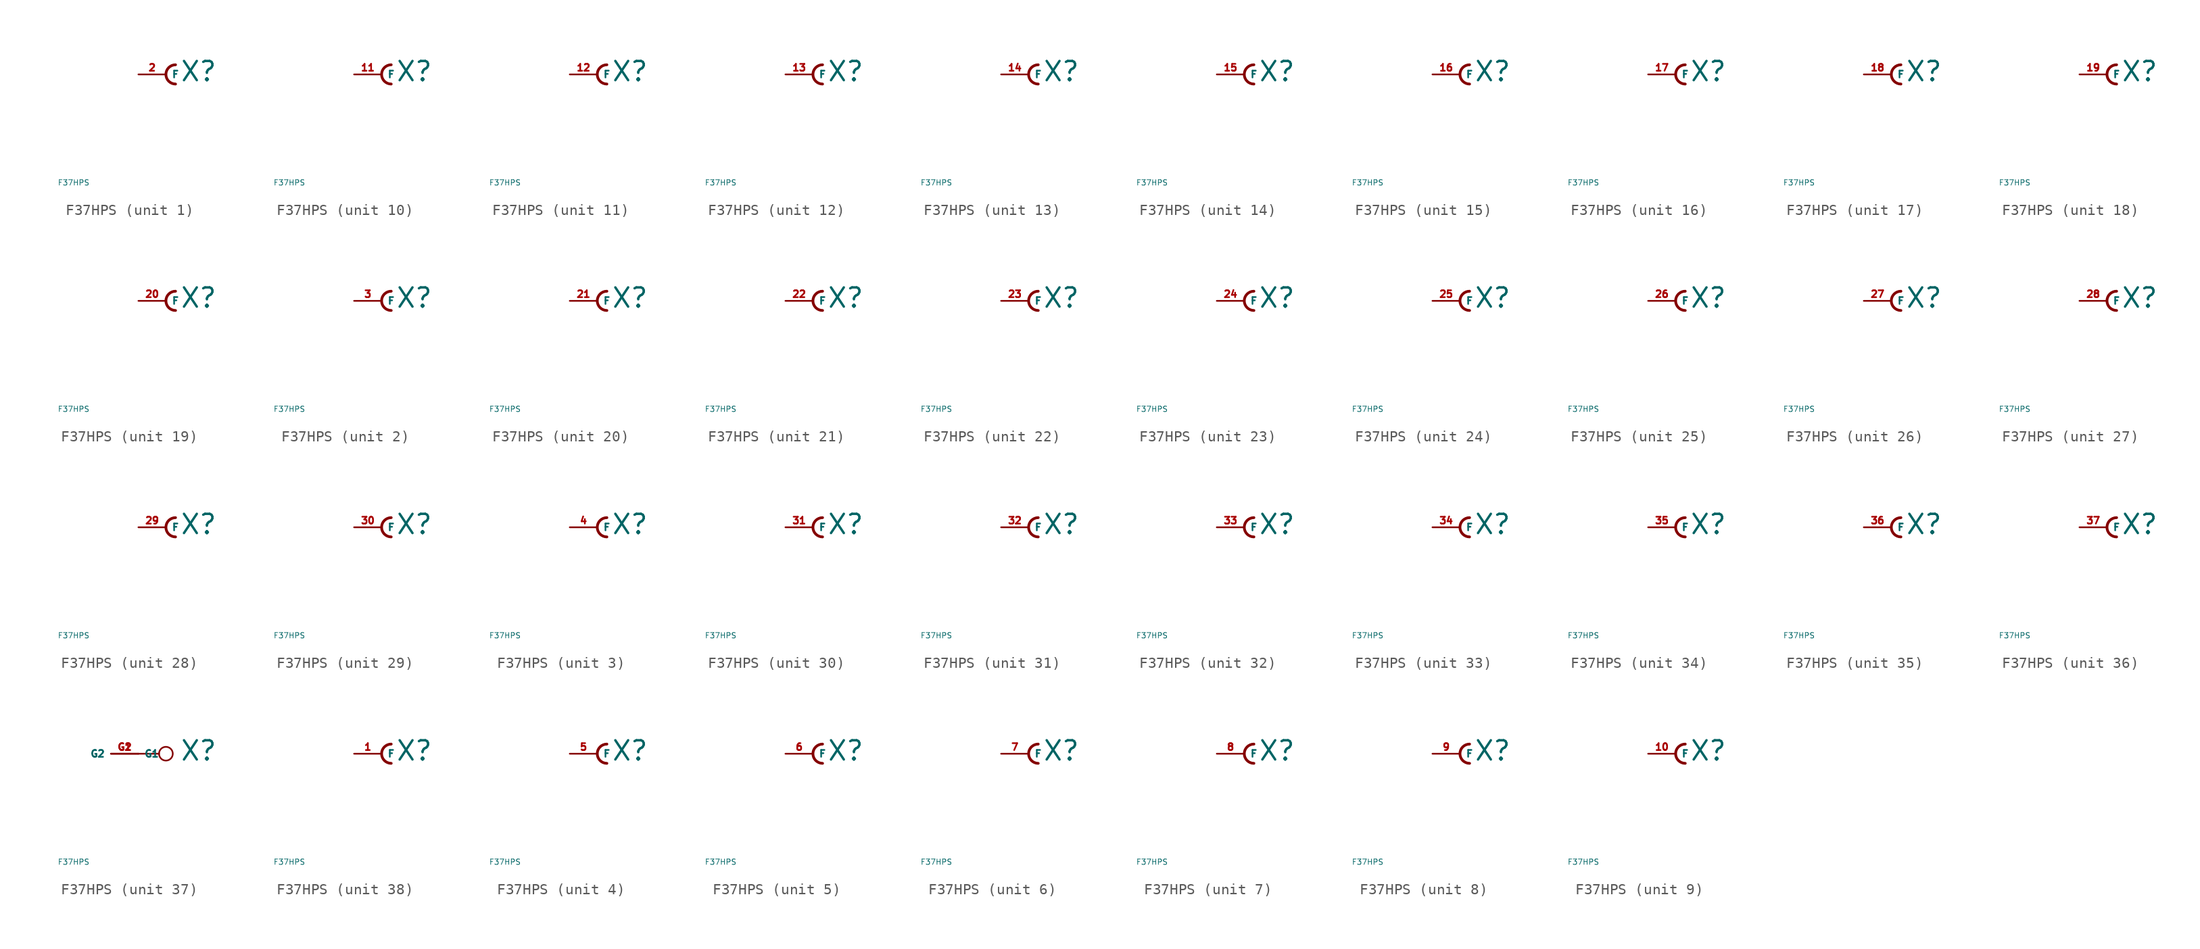
<source format=kicad_sym>
(kicad_symbol_lib
  (version 20220914)
  (generator Eagle2Kicad)
  (symbol "F37HPS"
    (property "Reference" "X"
      (at 1.27 -0.762 0)
      (effects (font (size 1.778 1.778) (thickness 0.22)) (justify left bottom)))
    (property "Value" "F37HPS"
      (at -10 -10 0)
      (effects (font (size 0.5 0.5) (thickness 0.06)) (justify left)))
    (symbol "F37HPS_1_0"
      (arc (start 0.889 0.889) (mid 0.000 0.000) (end 0.889 -0.889) (stroke (width 0.254) (type default)) (fill (type none)))
      (pin passive line (at -2.54 0 0) (length 2.54) (name "F" (effects (font (size 0.635 0.635) (thickness 0.08)) (justify left bottom))) (number "2" (effects (font (size 0.635 0.635) (thickness 0.08)) (justify left bottom)))))
    (symbol "F37HPS_2_0"
      (arc (start 0.889 0.889) (mid 0.000 0.000) (end 0.889 -0.889) (stroke (width 0.254) (type default)) (fill (type none)))
      (pin passive line (at -2.54 0 0) (length 2.54) (name "F" (effects (font (size 0.635 0.635) (thickness 0.08)) (justify left bottom))) (number "3" (effects (font (size 0.635 0.635) (thickness 0.08)) (justify left bottom)))))
    (symbol "F37HPS_3_0"
      (arc (start 0.889 0.889) (mid 0.000 0.000) (end 0.889 -0.889) (stroke (width 0.254) (type default)) (fill (type none)))
      (pin passive line (at -2.54 0 0) (length 2.54) (name "F" (effects (font (size 0.635 0.635) (thickness 0.08)) (justify left bottom))) (number "4" (effects (font (size 0.635 0.635) (thickness 0.08)) (justify left bottom)))))
    (symbol "F37HPS_4_0"
      (arc (start 0.889 0.889) (mid 0.000 0.000) (end 0.889 -0.889) (stroke (width 0.254) (type default)) (fill (type none)))
      (pin passive line (at -2.54 0 0) (length 2.54) (name "F" (effects (font (size 0.635 0.635) (thickness 0.08)) (justify left bottom))) (number "5" (effects (font (size 0.635 0.635) (thickness 0.08)) (justify left bottom)))))
    (symbol "F37HPS_5_0"
      (arc (start 0.889 0.889) (mid 0.000 0.000) (end 0.889 -0.889) (stroke (width 0.254) (type default)) (fill (type none)))
      (pin passive line (at -2.54 0 0) (length 2.54) (name "F" (effects (font (size 0.635 0.635) (thickness 0.08)) (justify left bottom))) (number "6" (effects (font (size 0.635 0.635) (thickness 0.08)) (justify left bottom)))))
    (symbol "F37HPS_6_0"
      (arc (start 0.889 0.889) (mid 0.000 0.000) (end 0.889 -0.889) (stroke (width 0.254) (type default)) (fill (type none)))
      (pin passive line (at -2.54 0 0) (length 2.54) (name "F" (effects (font (size 0.635 0.635) (thickness 0.08)) (justify left bottom))) (number "7" (effects (font (size 0.635 0.635) (thickness 0.08)) (justify left bottom)))))
    (symbol "F37HPS_7_0"
      (arc (start 0.889 0.889) (mid 0.000 0.000) (end 0.889 -0.889) (stroke (width 0.254) (type default)) (fill (type none)))
      (pin passive line (at -2.54 0 0) (length 2.54) (name "F" (effects (font (size 0.635 0.635) (thickness 0.08)) (justify left bottom))) (number "8" (effects (font (size 0.635 0.635) (thickness 0.08)) (justify left bottom)))))
    (symbol "F37HPS_8_0"
      (arc (start 0.889 0.889) (mid 0.000 0.000) (end 0.889 -0.889) (stroke (width 0.254) (type default)) (fill (type none)))
      (pin passive line (at -2.54 0 0) (length 2.54) (name "F" (effects (font (size 0.635 0.635) (thickness 0.08)) (justify left bottom))) (number "9" (effects (font (size 0.635 0.635) (thickness 0.08)) (justify left bottom)))))
    (symbol "F37HPS_9_0"
      (arc (start 0.889 0.889) (mid 0.000 0.000) (end 0.889 -0.889) (stroke (width 0.254) (type default)) (fill (type none)))
      (pin passive line (at -2.54 0 0) (length 2.54) (name "F" (effects (font (size 0.635 0.635) (thickness 0.08)) (justify left bottom))) (number "10" (effects (font (size 0.635 0.635) (thickness 0.08)) (justify left bottom)))))
    (symbol "F37HPS_10_0"
      (arc (start 0.889 0.889) (mid 0.000 0.000) (end 0.889 -0.889) (stroke (width 0.254) (type default)) (fill (type none)))
      (pin passive line (at -2.54 0 0) (length 2.54) (name "F" (effects (font (size 0.635 0.635) (thickness 0.08)) (justify left bottom))) (number "11" (effects (font (size 0.635 0.635) (thickness 0.08)) (justify left bottom)))))
    (symbol "F37HPS_11_0"
      (arc (start 0.889 0.889) (mid 0.000 0.000) (end 0.889 -0.889) (stroke (width 0.254) (type default)) (fill (type none)))
      (pin passive line (at -2.54 0 0) (length 2.54) (name "F" (effects (font (size 0.635 0.635) (thickness 0.08)) (justify left bottom))) (number "12" (effects (font (size 0.635 0.635) (thickness 0.08)) (justify left bottom)))))
    (symbol "F37HPS_12_0"
      (arc (start 0.889 0.889) (mid 0.000 0.000) (end 0.889 -0.889) (stroke (width 0.254) (type default)) (fill (type none)))
      (pin passive line (at -2.54 0 0) (length 2.54) (name "F" (effects (font (size 0.635 0.635) (thickness 0.08)) (justify left bottom))) (number "13" (effects (font (size 0.635 0.635) (thickness 0.08)) (justify left bottom)))))
    (symbol "F37HPS_13_0"
      (arc (start 0.889 0.889) (mid 0.000 0.000) (end 0.889 -0.889) (stroke (width 0.254) (type default)) (fill (type none)))
      (pin passive line (at -2.54 0 0) (length 2.54) (name "F" (effects (font (size 0.635 0.635) (thickness 0.08)) (justify left bottom))) (number "14" (effects (font (size 0.635 0.635) (thickness 0.08)) (justify left bottom)))))
    (symbol "F37HPS_14_0"
      (arc (start 0.889 0.889) (mid 0.000 0.000) (end 0.889 -0.889) (stroke (width 0.254) (type default)) (fill (type none)))
      (pin passive line (at -2.54 0 0) (length 2.54) (name "F" (effects (font (size 0.635 0.635) (thickness 0.08)) (justify left bottom))) (number "15" (effects (font (size 0.635 0.635) (thickness 0.08)) (justify left bottom)))))
    (symbol "F37HPS_15_0"
      (arc (start 0.889 0.889) (mid 0.000 0.000) (end 0.889 -0.889) (stroke (width 0.254) (type default)) (fill (type none)))
      (pin passive line (at -2.54 0 0) (length 2.54) (name "F" (effects (font (size 0.635 0.635) (thickness 0.08)) (justify left bottom))) (number "16" (effects (font (size 0.635 0.635) (thickness 0.08)) (justify left bottom)))))
    (symbol "F37HPS_16_0"
      (arc (start 0.889 0.889) (mid 0.000 0.000) (end 0.889 -0.889) (stroke (width 0.254) (type default)) (fill (type none)))
      (pin passive line (at -2.54 0 0) (length 2.54) (name "F" (effects (font (size 0.635 0.635) (thickness 0.08)) (justify left bottom))) (number "17" (effects (font (size 0.635 0.635) (thickness 0.08)) (justify left bottom)))))
    (symbol "F37HPS_17_0"
      (arc (start 0.889 0.889) (mid 0.000 0.000) (end 0.889 -0.889) (stroke (width 0.254) (type default)) (fill (type none)))
      (pin passive line (at -2.54 0 0) (length 2.54) (name "F" (effects (font (size 0.635 0.635) (thickness 0.08)) (justify left bottom))) (number "18" (effects (font (size 0.635 0.635) (thickness 0.08)) (justify left bottom)))))
    (symbol "F37HPS_18_0"
      (arc (start 0.889 0.889) (mid 0.000 0.000) (end 0.889 -0.889) (stroke (width 0.254) (type default)) (fill (type none)))
      (pin passive line (at -2.54 0 0) (length 2.54) (name "F" (effects (font (size 0.635 0.635) (thickness 0.08)) (justify left bottom))) (number "19" (effects (font (size 0.635 0.635) (thickness 0.08)) (justify left bottom)))))
    (symbol "F37HPS_19_0"
      (arc (start 0.889 0.889) (mid 0.000 0.000) (end 0.889 -0.889) (stroke (width 0.254) (type default)) (fill (type none)))
      (pin passive line (at -2.54 0 0) (length 2.54) (name "F" (effects (font (size 0.635 0.635) (thickness 0.08)) (justify left bottom))) (number "20" (effects (font (size 0.635 0.635) (thickness 0.08)) (justify left bottom)))))
    (symbol "F37HPS_20_0"
      (arc (start 0.889 0.889) (mid 0.000 0.000) (end 0.889 -0.889) (stroke (width 0.254) (type default)) (fill (type none)))
      (pin passive line (at -2.54 0 0) (length 2.54) (name "F" (effects (font (size 0.635 0.635) (thickness 0.08)) (justify left bottom))) (number "21" (effects (font (size 0.635 0.635) (thickness 0.08)) (justify left bottom)))))
    (symbol "F37HPS_21_0"
      (arc (start 0.889 0.889) (mid 0.000 0.000) (end 0.889 -0.889) (stroke (width 0.254) (type default)) (fill (type none)))
      (pin passive line (at -2.54 0 0) (length 2.54) (name "F" (effects (font (size 0.635 0.635) (thickness 0.08)) (justify left bottom))) (number "22" (effects (font (size 0.635 0.635) (thickness 0.08)) (justify left bottom)))))
    (symbol "F37HPS_22_0"
      (arc (start 0.889 0.889) (mid 0.000 0.000) (end 0.889 -0.889) (stroke (width 0.254) (type default)) (fill (type none)))
      (pin passive line (at -2.54 0 0) (length 2.54) (name "F" (effects (font (size 0.635 0.635) (thickness 0.08)) (justify left bottom))) (number "23" (effects (font (size 0.635 0.635) (thickness 0.08)) (justify left bottom)))))
    (symbol "F37HPS_23_0"
      (arc (start 0.889 0.889) (mid 0.000 0.000) (end 0.889 -0.889) (stroke (width 0.254) (type default)) (fill (type none)))
      (pin passive line (at -2.54 0 0) (length 2.54) (name "F" (effects (font (size 0.635 0.635) (thickness 0.08)) (justify left bottom))) (number "24" (effects (font (size 0.635 0.635) (thickness 0.08)) (justify left bottom)))))
    (symbol "F37HPS_24_0"
      (arc (start 0.889 0.889) (mid 0.000 0.000) (end 0.889 -0.889) (stroke (width 0.254) (type default)) (fill (type none)))
      (pin passive line (at -2.54 0 0) (length 2.54) (name "F" (effects (font (size 0.635 0.635) (thickness 0.08)) (justify left bottom))) (number "25" (effects (font (size 0.635 0.635) (thickness 0.08)) (justify left bottom)))))
    (symbol "F37HPS_25_0"
      (arc (start 0.889 0.889) (mid 0.000 0.000) (end 0.889 -0.889) (stroke (width 0.254) (type default)) (fill (type none)))
      (pin passive line (at -2.54 0 0) (length 2.54) (name "F" (effects (font (size 0.635 0.635) (thickness 0.08)) (justify left bottom))) (number "26" (effects (font (size 0.635 0.635) (thickness 0.08)) (justify left bottom)))))
    (symbol "F37HPS_26_0"
      (arc (start 0.889 0.889) (mid 0.000 0.000) (end 0.889 -0.889) (stroke (width 0.254) (type default)) (fill (type none)))
      (pin passive line (at -2.54 0 0) (length 2.54) (name "F" (effects (font (size 0.635 0.635) (thickness 0.08)) (justify left bottom))) (number "27" (effects (font (size 0.635 0.635) (thickness 0.08)) (justify left bottom)))))
    (symbol "F37HPS_27_0"
      (arc (start 0.889 0.889) (mid 0.000 0.000) (end 0.889 -0.889) (stroke (width 0.254) (type default)) (fill (type none)))
      (pin passive line (at -2.54 0 0) (length 2.54) (name "F" (effects (font (size 0.635 0.635) (thickness 0.08)) (justify left bottom))) (number "28" (effects (font (size 0.635 0.635) (thickness 0.08)) (justify left bottom)))))
    (symbol "F37HPS_28_0"
      (arc (start 0.889 0.889) (mid 0.000 0.000) (end 0.889 -0.889) (stroke (width 0.254) (type default)) (fill (type none)))
      (pin passive line (at -2.54 0 0) (length 2.54) (name "F" (effects (font (size 0.635 0.635) (thickness 0.08)) (justify left bottom))) (number "29" (effects (font (size 0.635 0.635) (thickness 0.08)) (justify left bottom)))))
    (symbol "F37HPS_29_0"
      (arc (start 0.889 0.889) (mid 0.000 0.000) (end 0.889 -0.889) (stroke (width 0.254) (type default)) (fill (type none)))
      (pin passive line (at -2.54 0 0) (length 2.54) (name "F" (effects (font (size 0.635 0.635) (thickness 0.08)) (justify left bottom))) (number "30" (effects (font (size 0.635 0.635) (thickness 0.08)) (justify left bottom)))))
    (symbol "F37HPS_30_0"
      (arc (start 0.889 0.889) (mid 0.000 0.000) (end 0.889 -0.889) (stroke (width 0.254) (type default)) (fill (type none)))
      (pin passive line (at -2.54 0 0) (length 2.54) (name "F" (effects (font (size 0.635 0.635) (thickness 0.08)) (justify left bottom))) (number "31" (effects (font (size 0.635 0.635) (thickness 0.08)) (justify left bottom)))))
    (symbol "F37HPS_31_0"
      (arc (start 0.889 0.889) (mid 0.000 0.000) (end 0.889 -0.889) (stroke (width 0.254) (type default)) (fill (type none)))
      (pin passive line (at -2.54 0 0) (length 2.54) (name "F" (effects (font (size 0.635 0.635) (thickness 0.08)) (justify left bottom))) (number "32" (effects (font (size 0.635 0.635) (thickness 0.08)) (justify left bottom)))))
    (symbol "F37HPS_32_0"
      (arc (start 0.889 0.889) (mid 0.000 0.000) (end 0.889 -0.889) (stroke (width 0.254) (type default)) (fill (type none)))
      (pin passive line (at -2.54 0 0) (length 2.54) (name "F" (effects (font (size 0.635 0.635) (thickness 0.08)) (justify left bottom))) (number "33" (effects (font (size 0.635 0.635) (thickness 0.08)) (justify left bottom)))))
    (symbol "F37HPS_33_0"
      (arc (start 0.889 0.889) (mid 0.000 0.000) (end 0.889 -0.889) (stroke (width 0.254) (type default)) (fill (type none)))
      (pin passive line (at -2.54 0 0) (length 2.54) (name "F" (effects (font (size 0.635 0.635) (thickness 0.08)) (justify left bottom))) (number "34" (effects (font (size 0.635 0.635) (thickness 0.08)) (justify left bottom)))))
    (symbol "F37HPS_34_0"
      (arc (start 0.889 0.889) (mid 0.000 0.000) (end 0.889 -0.889) (stroke (width 0.254) (type default)) (fill (type none)))
      (pin passive line (at -2.54 0 0) (length 2.54) (name "F" (effects (font (size 0.635 0.635) (thickness 0.08)) (justify left bottom))) (number "35" (effects (font (size 0.635 0.635) (thickness 0.08)) (justify left bottom)))))
    (symbol "F37HPS_35_0"
      (arc (start 0.889 0.889) (mid 0.000 0.000) (end 0.889 -0.889) (stroke (width 0.254) (type default)) (fill (type none)))
      (pin passive line (at -2.54 0 0) (length 2.54) (name "F" (effects (font (size 0.635 0.635) (thickness 0.08)) (justify left bottom))) (number "36" (effects (font (size 0.635 0.635) (thickness 0.08)) (justify left bottom)))))
    (symbol "F37HPS_36_0"
      (arc (start 0.889 0.889) (mid 0.000 0.000) (end 0.889 -0.889) (stroke (width 0.254) (type default)) (fill (type none)))
      (pin passive line (at -2.54 0 0) (length 2.54) (name "F" (effects (font (size 0.635 0.635) (thickness 0.08)) (justify left bottom))) (number "37" (effects (font (size 0.635 0.635) (thickness 0.08)) (justify left bottom)))))
    (symbol "F37HPS_37_0"
      (polyline (pts (xy -2.54 0) (xy -0.635 0)) (stroke (width 0.152) (type default)) (fill (type none)))
      (circle (center 0 0) (radius 0.635) (stroke (width 0.152) (type default)) (fill (type none)))
      (pin passive line (at -5.08 0 0) (length 2.54) (name "G1" (effects (font (size 0.635 0.635) (thickness 0.08)) (justify left bottom))) (number "G1" (effects (font (size 0.635 0.635) (thickness 0.08)) (justify left bottom))))
      (pin passive line (at -2.54 0 180) (length 2.54) (name "G2" (effects (font (size 0.635 0.635) (thickness 0.08)) (justify left bottom))) (number "G2" (effects (font (size 0.635 0.635) (thickness 0.08)) (justify left bottom)))))
    (symbol "F37HPS_38_0"
      (arc (start 0.889 0.889) (mid 0.000 0.000) (end 0.889 -0.889) (stroke (width 0.254) (type default)) (fill (type none)))
      (pin passive line (at -2.54 0 0) (length 2.54) (name "F" (effects (font (size 0.635 0.635) (thickness 0.08)) (justify left bottom))) (number "1" (effects (font (size 0.635 0.635) (thickness 0.08)) (justify left bottom)))))))
</source>
